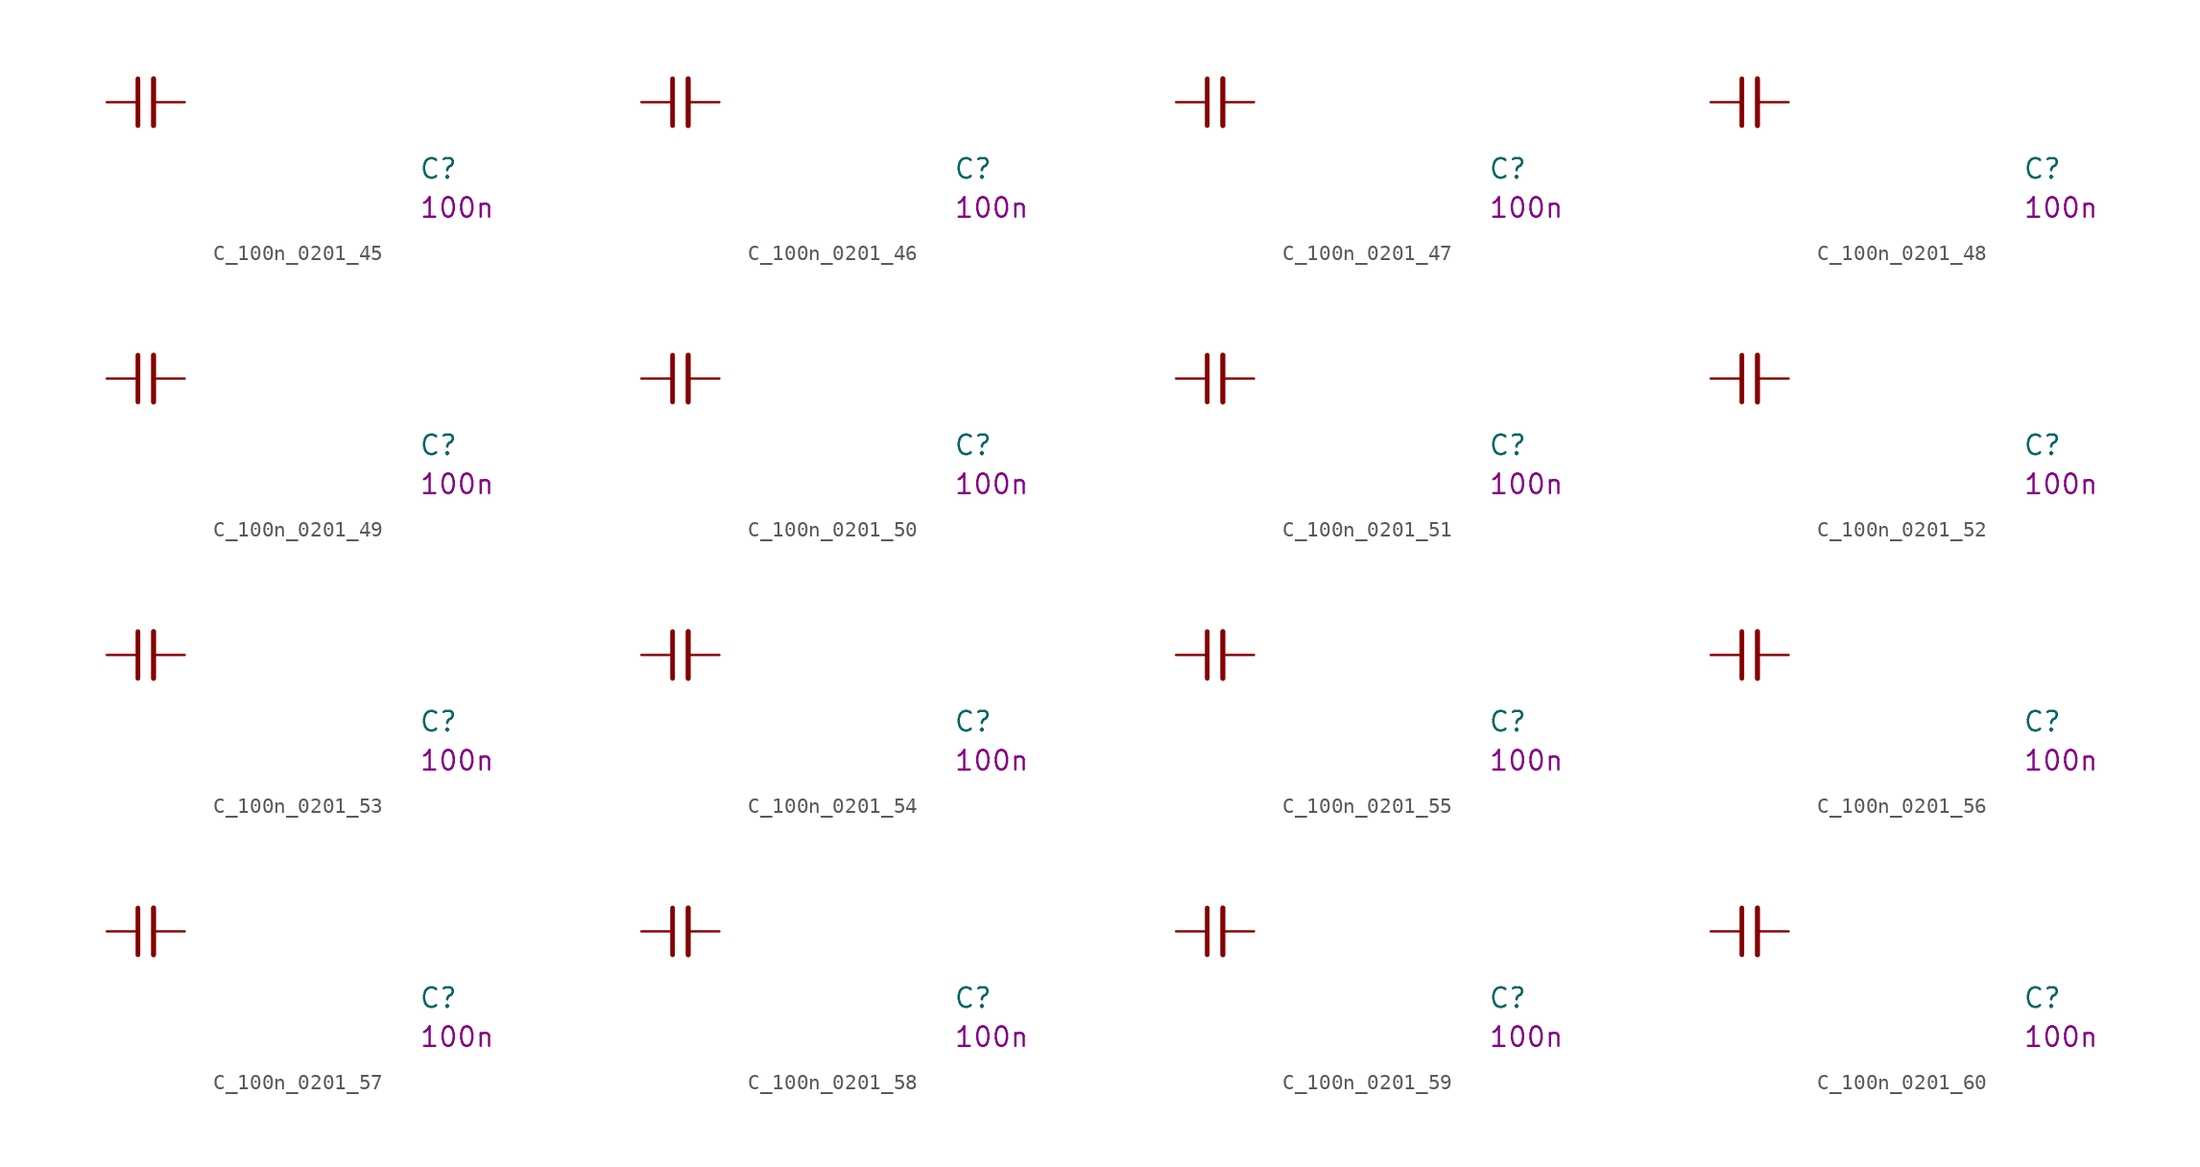
<source format=kicad_sym>
(kicad_symbol_lib
  (version 20211014)
  (generator kicad_symbol_editor)
  (symbol "data-center-rdimm-ddr4-tester:C_100n_0201_45"
    (pin_numbers hide)
    (pin_names hide)
    (property "Reference" "C"
      (at 20.32 -5.08 0)
      (effects (font (size 1.27 1.27) (thickness 0.15)) (justify left bottom)))
    (property "Val" "100n"
      (at 20.32 -7.62 0)
      (effects (font (size 1.27 1.27) (thickness 0.15)) (justify left bottom)))
    (symbol "C_100n_0201_45_0_1"
      (polyline (pts (xy 2.032 -1.524) (xy 2.032 1.524)) (stroke (width 0.305) (type default)) (fill (type none)))
      (polyline (pts (xy 3.048 -1.524) (xy 3.048 1.524)) (stroke (width 0.33) (type default)) (fill (type none))))
    (symbol "C_100n_0201_45_1_1"
      (pin passive line (at 0 0 0) (length 2.032) (name "~" (effects (font (size 1.27 1.27)))) (number "1" (effects (font (size 1.27 1.27)))))
      (pin passive line (at 5.08 0 180) (length 2.032) (name "~" (effects (font (size 1.27 1.27)))) (number "2" (effects (font (size 1.27 1.27)))))))
  (symbol "data-center-rdimm-ddr4-tester:C_100n_0201_46"
    (pin_numbers hide)
    (pin_names hide)
    (property "Reference" "C"
      (at 20.32 -5.08 0)
      (effects (font (size 1.27 1.27) (thickness 0.15)) (justify left bottom)))
    (property "Val" "100n"
      (at 20.32 -7.62 0)
      (effects (font (size 1.27 1.27) (thickness 0.15)) (justify left bottom)))
    (symbol "C_100n_0201_46_0_1"
      (polyline (pts (xy 2.032 -1.524) (xy 2.032 1.524)) (stroke (width 0.305) (type default)) (fill (type none)))
      (polyline (pts (xy 3.048 -1.524) (xy 3.048 1.524)) (stroke (width 0.33) (type default)) (fill (type none))))
    (symbol "C_100n_0201_46_1_1"
      (pin passive line (at 0 0 0) (length 2.032) (name "~" (effects (font (size 1.27 1.27)))) (number "1" (effects (font (size 1.27 1.27)))))
      (pin passive line (at 5.08 0 180) (length 2.032) (name "~" (effects (font (size 1.27 1.27)))) (number "2" (effects (font (size 1.27 1.27)))))))
  (symbol "data-center-rdimm-ddr4-tester:C_100n_0201_47"
    (pin_numbers hide)
    (pin_names hide)
    (property "Reference" "C"
      (at 20.32 -5.08 0)
      (effects (font (size 1.27 1.27) (thickness 0.15)) (justify left bottom)))
    (property "Val" "100n"
      (at 20.32 -7.62 0)
      (effects (font (size 1.27 1.27) (thickness 0.15)) (justify left bottom)))
    (symbol "C_100n_0201_47_0_1"
      (polyline (pts (xy 2.032 -1.524) (xy 2.032 1.524)) (stroke (width 0.305) (type default)) (fill (type none)))
      (polyline (pts (xy 3.048 -1.524) (xy 3.048 1.524)) (stroke (width 0.33) (type default)) (fill (type none))))
    (symbol "C_100n_0201_47_1_1"
      (pin passive line (at 0 0 0) (length 2.032) (name "~" (effects (font (size 1.27 1.27)))) (number "1" (effects (font (size 1.27 1.27)))))
      (pin passive line (at 5.08 0 180) (length 2.032) (name "~" (effects (font (size 1.27 1.27)))) (number "2" (effects (font (size 1.27 1.27)))))))
  (symbol "data-center-rdimm-ddr4-tester:C_100n_0201_48"
    (pin_numbers hide)
    (pin_names hide)
    (property "Reference" "C"
      (at 20.32 -5.08 0)
      (effects (font (size 1.27 1.27) (thickness 0.15)) (justify left bottom)))
    (property "Val" "100n"
      (at 20.32 -7.62 0)
      (effects (font (size 1.27 1.27) (thickness 0.15)) (justify left bottom)))
    (symbol "C_100n_0201_48_0_1"
      (polyline (pts (xy 2.032 -1.524) (xy 2.032 1.524)) (stroke (width 0.305) (type default)) (fill (type none)))
      (polyline (pts (xy 3.048 -1.524) (xy 3.048 1.524)) (stroke (width 0.33) (type default)) (fill (type none))))
    (symbol "C_100n_0201_48_1_1"
      (pin passive line (at 0 0 0) (length 2.032) (name "~" (effects (font (size 1.27 1.27)))) (number "1" (effects (font (size 1.27 1.27)))))
      (pin passive line (at 5.08 0 180) (length 2.032) (name "~" (effects (font (size 1.27 1.27)))) (number "2" (effects (font (size 1.27 1.27)))))))
  (symbol "data-center-rdimm-ddr4-tester:C_100n_0201_49"
    (pin_numbers hide)
    (pin_names hide)
    (property "Reference" "C"
      (at 20.32 -5.08 0)
      (effects (font (size 1.27 1.27) (thickness 0.15)) (justify left bottom)))
    (property "Val" "100n"
      (at 20.32 -7.62 0)
      (effects (font (size 1.27 1.27) (thickness 0.15)) (justify left bottom)))
    (symbol "C_100n_0201_49_0_1"
      (polyline (pts (xy 2.032 -1.524) (xy 2.032 1.524)) (stroke (width 0.305) (type default)) (fill (type none)))
      (polyline (pts (xy 3.048 -1.524) (xy 3.048 1.524)) (stroke (width 0.33) (type default)) (fill (type none))))
    (symbol "C_100n_0201_49_1_1"
      (pin passive line (at 0 0 0) (length 2.032) (name "~" (effects (font (size 1.27 1.27)))) (number "1" (effects (font (size 1.27 1.27)))))
      (pin passive line (at 5.08 0 180) (length 2.032) (name "~" (effects (font (size 1.27 1.27)))) (number "2" (effects (font (size 1.27 1.27)))))))
  (symbol "data-center-rdimm-ddr4-tester:C_100n_0201_50"
    (pin_numbers hide)
    (pin_names hide)
    (property "Reference" "C"
      (at 20.32 -5.08 0)
      (effects (font (size 1.27 1.27) (thickness 0.15)) (justify left bottom)))
    (property "Val" "100n"
      (at 20.32 -7.62 0)
      (effects (font (size 1.27 1.27) (thickness 0.15)) (justify left bottom)))
    (symbol "C_100n_0201_50_0_1"
      (polyline (pts (xy 2.032 -1.524) (xy 2.032 1.524)) (stroke (width 0.305) (type default)) (fill (type none)))
      (polyline (pts (xy 3.048 -1.524) (xy 3.048 1.524)) (stroke (width 0.33) (type default)) (fill (type none))))
    (symbol "C_100n_0201_50_1_1"
      (pin passive line (at 0 0 0) (length 2.032) (name "~" (effects (font (size 1.27 1.27)))) (number "1" (effects (font (size 1.27 1.27)))))
      (pin passive line (at 5.08 0 180) (length 2.032) (name "~" (effects (font (size 1.27 1.27)))) (number "2" (effects (font (size 1.27 1.27)))))))
  (symbol "data-center-rdimm-ddr4-tester:C_100n_0201_51"
    (pin_numbers hide)
    (pin_names hide)
    (property "Reference" "C"
      (at 20.32 -5.08 0)
      (effects (font (size 1.27 1.27) (thickness 0.15)) (justify left bottom)))
    (property "Val" "100n"
      (at 20.32 -7.62 0)
      (effects (font (size 1.27 1.27) (thickness 0.15)) (justify left bottom)))
    (symbol "C_100n_0201_51_0_1"
      (polyline (pts (xy 2.032 -1.524) (xy 2.032 1.524)) (stroke (width 0.305) (type default)) (fill (type none)))
      (polyline (pts (xy 3.048 -1.524) (xy 3.048 1.524)) (stroke (width 0.33) (type default)) (fill (type none))))
    (symbol "C_100n_0201_51_1_1"
      (pin passive line (at 0 0 0) (length 2.032) (name "~" (effects (font (size 1.27 1.27)))) (number "1" (effects (font (size 1.27 1.27)))))
      (pin passive line (at 5.08 0 180) (length 2.032) (name "~" (effects (font (size 1.27 1.27)))) (number "2" (effects (font (size 1.27 1.27)))))))
  (symbol "data-center-rdimm-ddr4-tester:C_100n_0201_52"
    (pin_numbers hide)
    (pin_names hide)
    (property "Reference" "C"
      (at 20.32 -5.08 0)
      (effects (font (size 1.27 1.27) (thickness 0.15)) (justify left bottom)))
    (property "Val" "100n"
      (at 20.32 -7.62 0)
      (effects (font (size 1.27 1.27) (thickness 0.15)) (justify left bottom)))
    (symbol "C_100n_0201_52_0_1"
      (polyline (pts (xy 2.032 -1.524) (xy 2.032 1.524)) (stroke (width 0.305) (type default)) (fill (type none)))
      (polyline (pts (xy 3.048 -1.524) (xy 3.048 1.524)) (stroke (width 0.33) (type default)) (fill (type none))))
    (symbol "C_100n_0201_52_1_1"
      (pin passive line (at 0 0 0) (length 2.032) (name "~" (effects (font (size 1.27 1.27)))) (number "1" (effects (font (size 1.27 1.27)))))
      (pin passive line (at 5.08 0 180) (length 2.032) (name "~" (effects (font (size 1.27 1.27)))) (number "2" (effects (font (size 1.27 1.27)))))))
  (symbol "data-center-rdimm-ddr4-tester:C_100n_0201_53"
    (pin_numbers hide)
    (pin_names hide)
    (property "Reference" "C"
      (at 20.32 -5.08 0)
      (effects (font (size 1.27 1.27) (thickness 0.15)) (justify left bottom)))
    (property "Val" "100n"
      (at 20.32 -7.62 0)
      (effects (font (size 1.27 1.27) (thickness 0.15)) (justify left bottom)))
    (symbol "C_100n_0201_53_0_1"
      (polyline (pts (xy 2.032 -1.524) (xy 2.032 1.524)) (stroke (width 0.305) (type default)) (fill (type none)))
      (polyline (pts (xy 3.048 -1.524) (xy 3.048 1.524)) (stroke (width 0.33) (type default)) (fill (type none))))
    (symbol "C_100n_0201_53_1_1"
      (pin passive line (at 0 0 0) (length 2.032) (name "~" (effects (font (size 1.27 1.27)))) (number "1" (effects (font (size 1.27 1.27)))))
      (pin passive line (at 5.08 0 180) (length 2.032) (name "~" (effects (font (size 1.27 1.27)))) (number "2" (effects (font (size 1.27 1.27)))))))
  (symbol "data-center-rdimm-ddr4-tester:C_100n_0201_54"
    (pin_numbers hide)
    (pin_names hide)
    (property "Reference" "C"
      (at 20.32 -5.08 0)
      (effects (font (size 1.27 1.27) (thickness 0.15)) (justify left bottom)))
    (property "Val" "100n"
      (at 20.32 -7.62 0)
      (effects (font (size 1.27 1.27) (thickness 0.15)) (justify left bottom)))
    (symbol "C_100n_0201_54_0_1"
      (polyline (pts (xy 2.032 -1.524) (xy 2.032 1.524)) (stroke (width 0.305) (type default)) (fill (type none)))
      (polyline (pts (xy 3.048 -1.524) (xy 3.048 1.524)) (stroke (width 0.33) (type default)) (fill (type none))))
    (symbol "C_100n_0201_54_1_1"
      (pin passive line (at 0 0 0) (length 2.032) (name "~" (effects (font (size 1.27 1.27)))) (number "1" (effects (font (size 1.27 1.27)))))
      (pin passive line (at 5.08 0 180) (length 2.032) (name "~" (effects (font (size 1.27 1.27)))) (number "2" (effects (font (size 1.27 1.27)))))))
  (symbol "data-center-rdimm-ddr4-tester:C_100n_0201_55"
    (pin_numbers hide)
    (pin_names hide)
    (property "Reference" "C"
      (at 20.32 -5.08 0)
      (effects (font (size 1.27 1.27) (thickness 0.15)) (justify left bottom)))
    (property "Val" "100n"
      (at 20.32 -7.62 0)
      (effects (font (size 1.27 1.27) (thickness 0.15)) (justify left bottom)))
    (symbol "C_100n_0201_55_0_1"
      (polyline (pts (xy 2.032 -1.524) (xy 2.032 1.524)) (stroke (width 0.305) (type default)) (fill (type none)))
      (polyline (pts (xy 3.048 -1.524) (xy 3.048 1.524)) (stroke (width 0.33) (type default)) (fill (type none))))
    (symbol "C_100n_0201_55_1_1"
      (pin passive line (at 0 0 0) (length 2.032) (name "~" (effects (font (size 1.27 1.27)))) (number "1" (effects (font (size 1.27 1.27)))))
      (pin passive line (at 5.08 0 180) (length 2.032) (name "~" (effects (font (size 1.27 1.27)))) (number "2" (effects (font (size 1.27 1.27)))))))
  (symbol "data-center-rdimm-ddr4-tester:C_100n_0201_56"
    (pin_numbers hide)
    (pin_names hide)
    (property "Reference" "C"
      (at 20.32 -5.08 0)
      (effects (font (size 1.27 1.27) (thickness 0.15)) (justify left bottom)))
    (property "Val" "100n"
      (at 20.32 -7.62 0)
      (effects (font (size 1.27 1.27) (thickness 0.15)) (justify left bottom)))
    (symbol "C_100n_0201_56_0_1"
      (polyline (pts (xy 2.032 -1.524) (xy 2.032 1.524)) (stroke (width 0.305) (type default)) (fill (type none)))
      (polyline (pts (xy 3.048 -1.524) (xy 3.048 1.524)) (stroke (width 0.33) (type default)) (fill (type none))))
    (symbol "C_100n_0201_56_1_1"
      (pin passive line (at 0 0 0) (length 2.032) (name "~" (effects (font (size 1.27 1.27)))) (number "1" (effects (font (size 1.27 1.27)))))
      (pin passive line (at 5.08 0 180) (length 2.032) (name "~" (effects (font (size 1.27 1.27)))) (number "2" (effects (font (size 1.27 1.27)))))))
  (symbol "data-center-rdimm-ddr4-tester:C_100n_0201_57"
    (pin_numbers hide)
    (pin_names hide)
    (property "Reference" "C"
      (at 20.32 -5.08 0)
      (effects (font (size 1.27 1.27) (thickness 0.15)) (justify left bottom)))
    (property "Val" "100n"
      (at 20.32 -7.62 0)
      (effects (font (size 1.27 1.27) (thickness 0.15)) (justify left bottom)))
    (symbol "C_100n_0201_57_0_1"
      (polyline (pts (xy 2.032 -1.524) (xy 2.032 1.524)) (stroke (width 0.305) (type default)) (fill (type none)))
      (polyline (pts (xy 3.048 -1.524) (xy 3.048 1.524)) (stroke (width 0.33) (type default)) (fill (type none))))
    (symbol "C_100n_0201_57_1_1"
      (pin passive line (at 0 0 0) (length 2.032) (name "~" (effects (font (size 1.27 1.27)))) (number "1" (effects (font (size 1.27 1.27)))))
      (pin passive line (at 5.08 0 180) (length 2.032) (name "~" (effects (font (size 1.27 1.27)))) (number "2" (effects (font (size 1.27 1.27)))))))
  (symbol "data-center-rdimm-ddr4-tester:C_100n_0201_58"
    (pin_numbers hide)
    (pin_names hide)
    (property "Reference" "C"
      (at 20.32 -5.08 0)
      (effects (font (size 1.27 1.27) (thickness 0.15)) (justify left bottom)))
    (property "Val" "100n"
      (at 20.32 -7.62 0)
      (effects (font (size 1.27 1.27) (thickness 0.15)) (justify left bottom)))
    (symbol "C_100n_0201_58_0_1"
      (polyline (pts (xy 2.032 -1.524) (xy 2.032 1.524)) (stroke (width 0.305) (type default)) (fill (type none)))
      (polyline (pts (xy 3.048 -1.524) (xy 3.048 1.524)) (stroke (width 0.33) (type default)) (fill (type none))))
    (symbol "C_100n_0201_58_1_1"
      (pin passive line (at 0 0 0) (length 2.032) (name "~" (effects (font (size 1.27 1.27)))) (number "1" (effects (font (size 1.27 1.27)))))
      (pin passive line (at 5.08 0 180) (length 2.032) (name "~" (effects (font (size 1.27 1.27)))) (number "2" (effects (font (size 1.27 1.27)))))))
  (symbol "data-center-rdimm-ddr4-tester:C_100n_0201_59"
    (pin_numbers hide)
    (pin_names hide)
    (property "Reference" "C"
      (at 20.32 -5.08 0)
      (effects (font (size 1.27 1.27) (thickness 0.15)) (justify left bottom)))
    (property "Val" "100n"
      (at 20.32 -7.62 0)
      (effects (font (size 1.27 1.27) (thickness 0.15)) (justify left bottom)))
    (symbol "C_100n_0201_59_0_1"
      (polyline (pts (xy 2.032 -1.524) (xy 2.032 1.524)) (stroke (width 0.305) (type default)) (fill (type none)))
      (polyline (pts (xy 3.048 -1.524) (xy 3.048 1.524)) (stroke (width 0.33) (type default)) (fill (type none))))
    (symbol "C_100n_0201_59_1_1"
      (pin passive line (at 0 0 0) (length 2.032) (name "~" (effects (font (size 1.27 1.27)))) (number "1" (effects (font (size 1.27 1.27)))))
      (pin passive line (at 5.08 0 180) (length 2.032) (name "~" (effects (font (size 1.27 1.27)))) (number "2" (effects (font (size 1.27 1.27)))))))
  (symbol "data-center-rdimm-ddr4-tester:C_100n_0201_60"
    (pin_numbers hide)
    (pin_names hide)
    (property "Reference" "C"
      (at 20.32 -5.08 0)
      (effects (font (size 1.27 1.27) (thickness 0.15)) (justify left bottom)))
    (property "Val" "100n"
      (at 20.32 -7.62 0)
      (effects (font (size 1.27 1.27) (thickness 0.15)) (justify left bottom)))
    (symbol "C_100n_0201_60_0_1"
      (polyline (pts (xy 2.032 -1.524) (xy 2.032 1.524)) (stroke (width 0.305) (type default)) (fill (type none)))
      (polyline (pts (xy 3.048 -1.524) (xy 3.048 1.524)) (stroke (width 0.33) (type default)) (fill (type none))))
    (symbol "C_100n_0201_60_1_1"
      (pin passive line (at 0 0 0) (length 2.032) (name "~" (effects (font (size 1.27 1.27)))) (number "1" (effects (font (size 1.27 1.27)))))
      (pin passive line (at 5.08 0 180) (length 2.032) (name "~" (effects (font (size 1.27 1.27)))) (number "2" (effects (font (size 1.27 1.27))))))))
</source>
